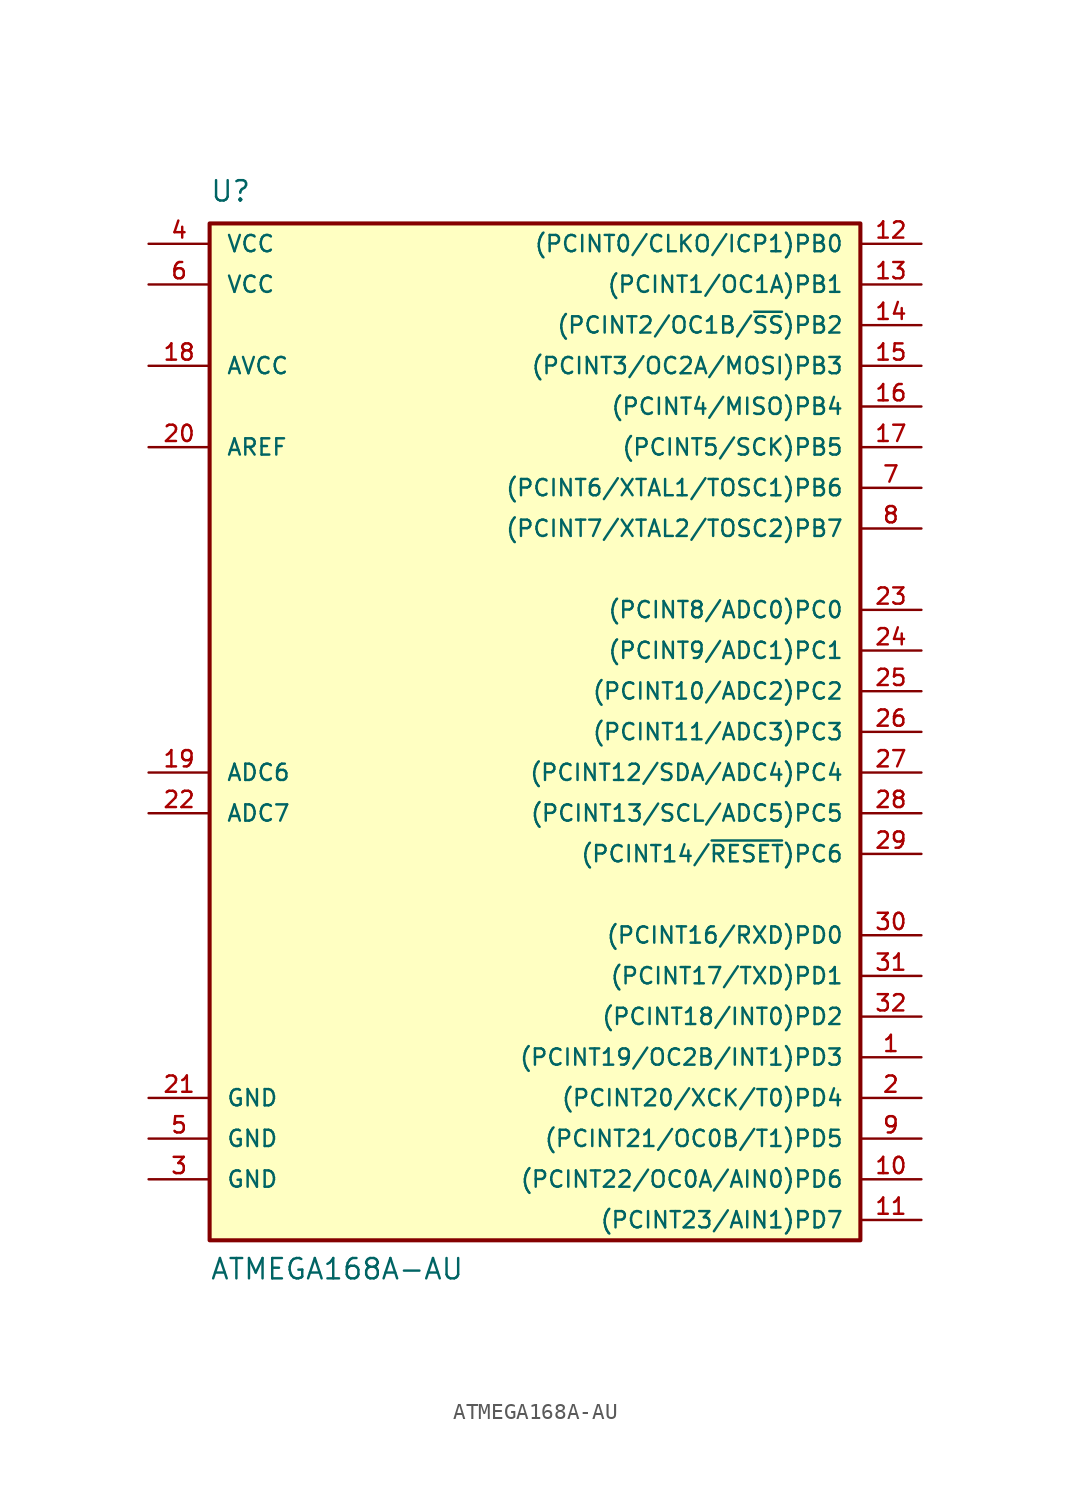
<source format=kicad_sym>
(kicad_symbol_lib
  (version 20211014)
  (generator kicad_symbol_editor)
  (symbol "ATMEGA168A-AU"
    (pin_names
      (offset 1.016))
    (property "Reference" "U"
      (at -19.05 30.48 0)
      (effects (font (size 1.27 1.27)) (justify left bottom)))
    (property "Value" "ATMEGA168A-AU"
      (at -19.05 -36.83 0)
      (effects (font (size 1.27 1.27)) (justify left bottom)))
    (symbol "ATMEGA168A-AU_0_1"
      (rectangle (start -19.05 29.21) (end 21.59 -34.29) (stroke (width 0.254) (type default) (color 0 0 0 0)) (fill (type background))))
    (symbol "ATMEGA168A-AU_1_1"
      (pin bidirectional line (at 25.4 -22.86 180) (length 3.81) (name "(PCINT19/OC2B/INT1)PD3" (effects (font (size 1.016 1.016)))) (number "1" (effects (font (size 1.016 1.016)))))
      (pin bidirectional line (at 25.4 -30.48 180) (length 3.81) (name "(PCINT22/OC0A/AIN0)PD6" (effects (font (size 1.016 1.016)))) (number "10" (effects (font (size 1.016 1.016)))))
      (pin bidirectional line (at 25.4 -33.02 180) (length 3.81) (name "(PCINT23/AIN1)PD7" (effects (font (size 1.016 1.016)))) (number "11" (effects (font (size 1.016 1.016)))))
      (pin bidirectional line (at 25.4 27.94 180) (length 3.81) (name "(PCINT0/CLKO/ICP1)PB0" (effects (font (size 1.016 1.016)))) (number "12" (effects (font (size 1.016 1.016)))))
      (pin bidirectional line (at 25.4 25.4 180) (length 3.81) (name "(PCINT1/OC1A)PB1" (effects (font (size 1.016 1.016)))) (number "13" (effects (font (size 1.016 1.016)))))
      (pin bidirectional line (at 25.4 22.86 180) (length 3.81) (name "(PCINT2/OC1B/~{SS})PB2" (effects (font (size 1.016 1.016)))) (number "14" (effects (font (size 1.016 1.016)))))
      (pin bidirectional line (at 25.4 20.32 180) (length 3.81) (name "(PCINT3/OC2A/MOSI)PB3" (effects (font (size 1.016 1.016)))) (number "15" (effects (font (size 1.016 1.016)))))
      (pin bidirectional line (at 25.4 17.78 180) (length 3.81) (name "(PCINT4/MISO)PB4" (effects (font (size 1.016 1.016)))) (number "16" (effects (font (size 1.016 1.016)))))
      (pin bidirectional line (at 25.4 15.24 180) (length 3.81) (name "(PCINT5/SCK)PB5" (effects (font (size 1.016 1.016)))) (number "17" (effects (font (size 1.016 1.016)))))
      (pin power_in line (at -22.86 20.32 0) (length 3.81) (name "AVCC" (effects (font (size 1.016 1.016)))) (number "18" (effects (font (size 1.016 1.016)))))
      (pin input line (at -22.86 -5.08 0) (length 3.81) (name "ADC6" (effects (font (size 1.016 1.016)))) (number "19" (effects (font (size 1.016 1.016)))))
      (pin bidirectional line (at 25.4 -25.4 180) (length 3.81) (name "(PCINT20/XCK/T0)PD4" (effects (font (size 1.016 1.016)))) (number "2" (effects (font (size 1.016 1.016)))))
      (pin bidirectional line (at -22.86 15.24 0) (length 3.81) (name "AREF" (effects (font (size 1.016 1.016)))) (number "20" (effects (font (size 1.016 1.016)))))
      (pin power_in line (at -22.86 -25.4 0) (length 3.81) (name "GND" (effects (font (size 1.016 1.016)))) (number "21" (effects (font (size 1.016 1.016)))))
      (pin input line (at -22.86 -7.62 0) (length 3.81) (name "ADC7" (effects (font (size 1.016 1.016)))) (number "22" (effects (font (size 1.016 1.016)))))
      (pin bidirectional line (at 25.4 5.08 180) (length 3.81) (name "(PCINT8/ADC0)PC0" (effects (font (size 1.016 1.016)))) (number "23" (effects (font (size 1.016 1.016)))))
      (pin bidirectional line (at 25.4 2.54 180) (length 3.81) (name "(PCINT9/ADC1)PC1" (effects (font (size 1.016 1.016)))) (number "24" (effects (font (size 1.016 1.016)))))
      (pin bidirectional line (at 25.4 0 180) (length 3.81) (name "(PCINT10/ADC2)PC2" (effects (font (size 1.016 1.016)))) (number "25" (effects (font (size 1.016 1.016)))))
      (pin bidirectional line (at 25.4 -2.54 180) (length 3.81) (name "(PCINT11/ADC3)PC3" (effects (font (size 1.016 1.016)))) (number "26" (effects (font (size 1.016 1.016)))))
      (pin bidirectional line (at 25.4 -5.08 180) (length 3.81) (name "(PCINT12/SDA/ADC4)PC4" (effects (font (size 1.016 1.016)))) (number "27" (effects (font (size 1.016 1.016)))))
      (pin bidirectional line (at 25.4 -7.62 180) (length 3.81) (name "(PCINT13/SCL/ADC5)PC5" (effects (font (size 1.016 1.016)))) (number "28" (effects (font (size 1.016 1.016)))))
      (pin bidirectional line (at 25.4 -10.16 180) (length 3.81) (name "(PCINT14/~{RESET})PC6" (effects (font (size 1.016 1.016)))) (number "29" (effects (font (size 1.016 1.016)))))
      (pin power_in line (at -22.86 -30.48 0) (length 3.81) (name "GND" (effects (font (size 1.016 1.016)))) (number "3" (effects (font (size 1.016 1.016)))))
      (pin bidirectional line (at 25.4 -15.24 180) (length 3.81) (name "(PCINT16/RXD)PD0" (effects (font (size 1.016 1.016)))) (number "30" (effects (font (size 1.016 1.016)))))
      (pin bidirectional line (at 25.4 -17.78 180) (length 3.81) (name "(PCINT17/TXD)PD1" (effects (font (size 1.016 1.016)))) (number "31" (effects (font (size 1.016 1.016)))))
      (pin bidirectional line (at 25.4 -20.32 180) (length 3.81) (name "(PCINT18/INT0)PD2" (effects (font (size 1.016 1.016)))) (number "32" (effects (font (size 1.016 1.016)))))
      (pin power_in line (at -22.86 27.94 0) (length 3.81) (name "VCC" (effects (font (size 1.016 1.016)))) (number "4" (effects (font (size 1.016 1.016)))))
      (pin power_in line (at -22.86 -27.94 0) (length 3.81) (name "GND" (effects (font (size 1.016 1.016)))) (number "5" (effects (font (size 1.016 1.016)))))
      (pin power_in line (at -22.86 25.4 0) (length 3.81) (name "VCC" (effects (font (size 1.016 1.016)))) (number "6" (effects (font (size 1.016 1.016)))))
      (pin bidirectional line (at 25.4 12.7 180) (length 3.81) (name "(PCINT6/XTAL1/TOSC1)PB6" (effects (font (size 1.016 1.016)))) (number "7" (effects (font (size 1.016 1.016)))))
      (pin bidirectional line (at 25.4 10.16 180) (length 3.81) (name "(PCINT7/XTAL2/TOSC2)PB7" (effects (font (size 1.016 1.016)))) (number "8" (effects (font (size 1.016 1.016)))))
      (pin bidirectional line (at 25.4 -27.94 180) (length 3.81) (name "(PCINT21/OC0B/T1)PD5" (effects (font (size 1.016 1.016)))) (number "9" (effects (font (size 1.016 1.016))))))))
</source>
